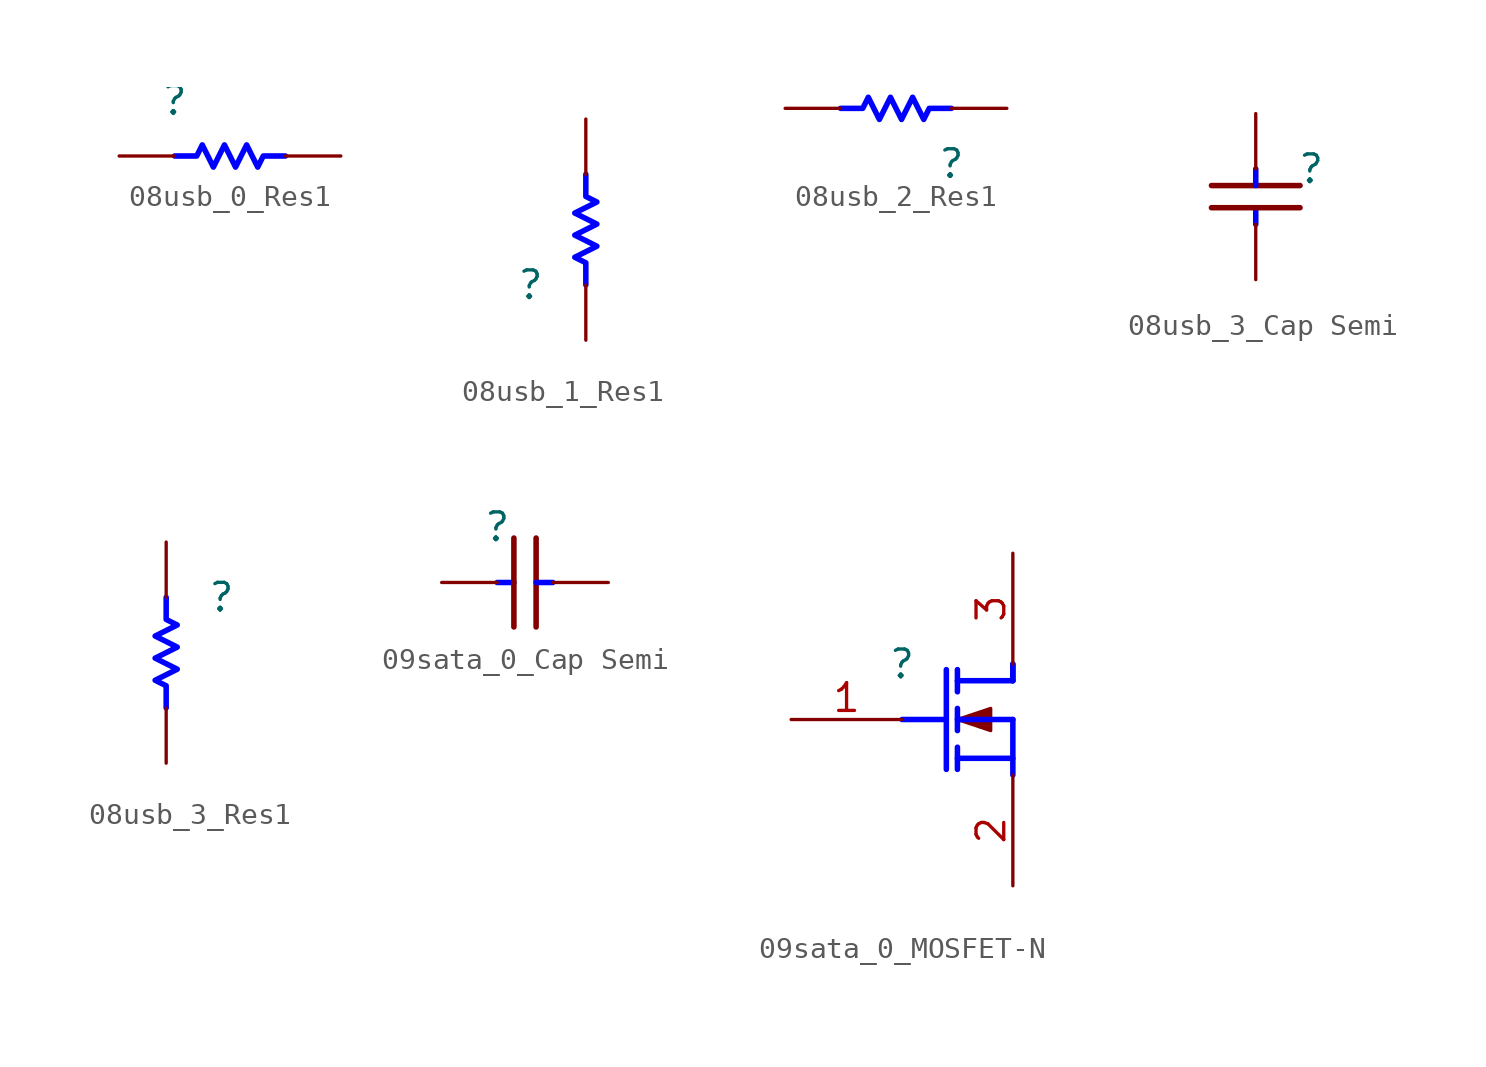
<source format=kicad_sym>
(kicad_symbol_lib
  (version 20220914)
  (generator kicad_symbol_editor)
  (symbol "08usb_0_Res1"
    (property "Reference" ""
      (at 0 0 0)
      (effects (font (size 1.27 1.27))))
    (property "Value" ""
      (at 0 0 0)
      (effects (font (size 1.27 1.27))))
    (symbol "08usb_0_Res1_1_0"
      (polyline (pts (xy 5.08 -2.54) (xy 4.064 -2.54) (xy 3.81 -3.048) (xy 3.302 -2.032) (xy 2.794 -3.048) (xy 2.286 -2.032) (xy 1.778 -3.048) (xy 1.27 -2.032) (xy 1.016 -2.54) (xy 0 -2.54)) (stroke (width 0.254) (type solid) (color 0 0 255 1)) (fill (type none)))
      (pin passive line (at -2.54 -2.54 0) (length 2.54) (name "1" (effects (font (size 0 0)))) (number "1" (effects (font (size 0 0)))))
      (pin passive line (at 7.62 -2.54 180) (length 2.54) (name "2" (effects (font (size 0 0)))) (number "2" (effects (font (size 0 0)))))))
  (symbol "08usb_1_Res1"
    (property "Reference" ""
      (at 0 0 0)
      (effects (font (size 1.27 1.27))))
    (property "Value" ""
      (at 0 0 0)
      (effects (font (size 1.27 1.27))))
    (symbol "08usb_1_Res1_1_0"
      (polyline (pts (xy 2.54 5.08) (xy 2.54 4.064) (xy 3.048 3.81) (xy 2.032 3.302) (xy 3.048 2.794) (xy 2.032 2.286) (xy 3.048 1.778) (xy 2.032 1.27) (xy 2.54 1.016) (xy 2.54 0)) (stroke (width 0.254) (type solid) (color 0 0 255 1)) (fill (type none)))
      (pin passive line (at 2.54 -2.54 90) (length 2.54) (name "1" (effects (font (size 0 0)))) (number "1" (effects (font (size 0 0)))))
      (pin passive line (at 2.54 7.62 270) (length 2.54) (name "2" (effects (font (size 0 0)))) (number "2" (effects (font (size 0 0)))))))
  (symbol "08usb_2_Res1"
    (property "Reference" ""
      (at 0 0 0)
      (effects (font (size 1.27 1.27))))
    (property "Value" ""
      (at 0 0 0)
      (effects (font (size 1.27 1.27))))
    (symbol "08usb_2_Res1_1_0"
      (polyline (pts (xy -5.08 2.54) (xy -4.064 2.54) (xy -3.81 3.048) (xy -3.302 2.032) (xy -2.794 3.048) (xy -2.286 2.032) (xy -1.778 3.048) (xy -1.27 2.032) (xy -1.016 2.54) (xy 0 2.54)) (stroke (width 0.254) (type solid) (color 0 0 255 1)) (fill (type none)))
      (pin passive line (at 2.54 2.54 180) (length 2.54) (name "1" (effects (font (size 0 0)))) (number "1" (effects (font (size 0 0)))))
      (pin passive line (at -7.62 2.54 0) (length 2.54) (name "2" (effects (font (size 0 0)))) (number "2" (effects (font (size 0 0)))))))
  (symbol "08usb_3_Cap Semi"
    (property "Reference" ""
      (at 0 0 0)
      (effects (font (size 1.27 1.27))))
    (property "Value" ""
      (at 0 0 0)
      (effects (font (size 1.27 1.27))))
    (symbol "08usb_3_Cap Semi_1_0"
      (polyline (pts (xy -4.572 -0.762) (xy -0.508 -0.762)) (stroke (width 0.254) (type solid)) (fill (type none)))
      (polyline (pts (xy -2.54 -2.54) (xy -2.54 -1.778)) (stroke (width 0.254) (type solid) (color 0 0 255 1)) (fill (type none)))
      (polyline (pts (xy -2.54 0) (xy -2.54 -0.762)) (stroke (width 0.254) (type solid) (color 0 0 255 1)) (fill (type none)))
      (polyline (pts (xy -0.508 -1.778) (xy -4.572 -1.778)) (stroke (width 0.254) (type solid)) (fill (type none)))
      (pin passive line (at -2.54 2.54 270) (length 2.54) (name "1" (effects (font (size 0 0)))) (number "1" (effects (font (size 0 0)))))
      (pin passive line (at -2.54 -5.08 90) (length 2.54) (name "2" (effects (font (size 0 0)))) (number "2" (effects (font (size 0 0)))))))
  (symbol "08usb_3_Res1"
    (property "Reference" ""
      (at 0 0 0)
      (effects (font (size 1.27 1.27))))
    (property "Value" ""
      (at 0 0 0)
      (effects (font (size 1.27 1.27))))
    (symbol "08usb_3_Res1_1_0"
      (polyline (pts (xy -2.54 -5.08) (xy -2.54 -4.064) (xy -3.048 -3.81) (xy -2.032 -3.302) (xy -3.048 -2.794) (xy -2.032 -2.286) (xy -3.048 -1.778) (xy -2.032 -1.27) (xy -2.54 -1.016) (xy -2.54 0)) (stroke (width 0.254) (type solid) (color 0 0 255 1)) (fill (type none)))
      (pin passive line (at -2.54 2.54 270) (length 2.54) (name "1" (effects (font (size 0 0)))) (number "1" (effects (font (size 0 0)))))
      (pin passive line (at -2.54 -7.62 90) (length 2.54) (name "2" (effects (font (size 0 0)))) (number "2" (effects (font (size 0 0)))))))
  (symbol "09sata_0_Cap Semi"
    (property "Reference" ""
      (at 0 0 0)
      (effects (font (size 1.27 1.27))))
    (property "Value" ""
      (at 0 0 0)
      (effects (font (size 1.27 1.27))))
    (symbol "09sata_0_Cap Semi_1_0"
      (polyline (pts (xy 0 -2.54) (xy 0.762 -2.54)) (stroke (width 0.254) (type solid) (color 0 0 255 1)) (fill (type none)))
      (polyline (pts (xy 0.762 -4.572) (xy 0.762 -0.508)) (stroke (width 0.254) (type solid)) (fill (type none)))
      (polyline (pts (xy 1.778 -0.508) (xy 1.778 -4.572)) (stroke (width 0.254) (type solid)) (fill (type none)))
      (polyline (pts (xy 2.54 -2.54) (xy 1.778 -2.54)) (stroke (width 0.254) (type solid) (color 0 0 255 1)) (fill (type none)))
      (pin passive line (at -2.54 -2.54 0) (length 2.54) (name "1" (effects (font (size 0 0)))) (number "1" (effects (font (size 0 0)))))
      (pin passive line (at 5.08 -2.54 180) (length 2.54) (name "2" (effects (font (size 0 0)))) (number "2" (effects (font (size 0 0)))))))
  (symbol "09sata_0_MOSFET-N"
    (property "Reference" ""
      (at 0 0 0)
      (effects (font (size 1.27 1.27))))
    (property "Value" ""
      (at 0 0 0)
      (effects (font (size 1.27 1.27))))
    (symbol "09sata_0_MOSFET-N_1_0"
      (polyline (pts (xy 0 -2.54) (xy 2.032 -2.54)) (stroke (width 0.254) (type solid) (color 0 0 255 1)) (fill (type none)))
      (polyline (pts (xy 2.032 -0.254) (xy 2.032 -4.826)) (stroke (width 0.254) (type solid) (color 0 0 255 1)) (fill (type none)))
      (polyline (pts (xy 2.54 -4.826) (xy 2.54 -3.81)) (stroke (width 0.254) (type solid) (color 0 0 255 1)) (fill (type none)))
      (polyline (pts (xy 2.54 -3.048) (xy 2.54 -2.032)) (stroke (width 0.254) (type solid) (color 0 0 255 1)) (fill (type none)))
      (polyline (pts (xy 2.54 -0.254) (xy 2.54 -1.27)) (stroke (width 0.254) (type solid) (color 0 0 255 1)) (fill (type none)))
      (polyline (pts (xy 5.08 -4.318) (xy 2.54 -4.318)) (stroke (width 0.254) (type solid) (color 0 0 255 1)) (fill (type none)))
      (polyline (pts (xy 5.08 -2.54) (xy 2.54 -2.54)) (stroke (width 0.254) (type solid) (color 0 0 255 1)) (fill (type none)))
      (polyline (pts (xy 5.08 -2.54) (xy 5.08 -5.08)) (stroke (width 0.254) (type solid) (color 0 0 255 1)) (fill (type none)))
      (polyline (pts (xy 5.08 -0.762) (xy 2.54 -0.762)) (stroke (width 0.254) (type solid) (color 0 0 255 1)) (fill (type none)))
      (polyline (pts (xy 5.08 -0.762) (xy 5.08 0)) (stroke (width 0.254) (type solid) (color 0 0 255 1)) (fill (type none)))
      (polyline (pts (xy 5.08 -0.762) (xy 5.08 0)) (stroke (width 0.254) (type solid) (color 0 0 255 1)) (fill (type none)))
      (polyline (pts (xy 2.54 -2.54) (xy 4.064 -3.048) (xy 4.064 -2.032) (xy 2.54 -2.54)) (stroke (width 0) (type solid)) (fill (type outline)))
      (pin passive line (at -5.08 -2.54 0) (length 5.08) (name "G" (effects (font (size 0 0)))) (number "1" (effects (font (size 1.27 1.27)))))
      (pin passive line (at 5.08 -10.16 90) (length 5.08) (name "S" (effects (font (size 0 0)))) (number "2" (effects (font (size 1.27 1.27)))))
      (pin passive line (at 5.08 5.08 270) (length 5.08) (name "D" (effects (font (size 0 0)))) (number "3" (effects (font (size 1.27 1.27))))))))
</source>
